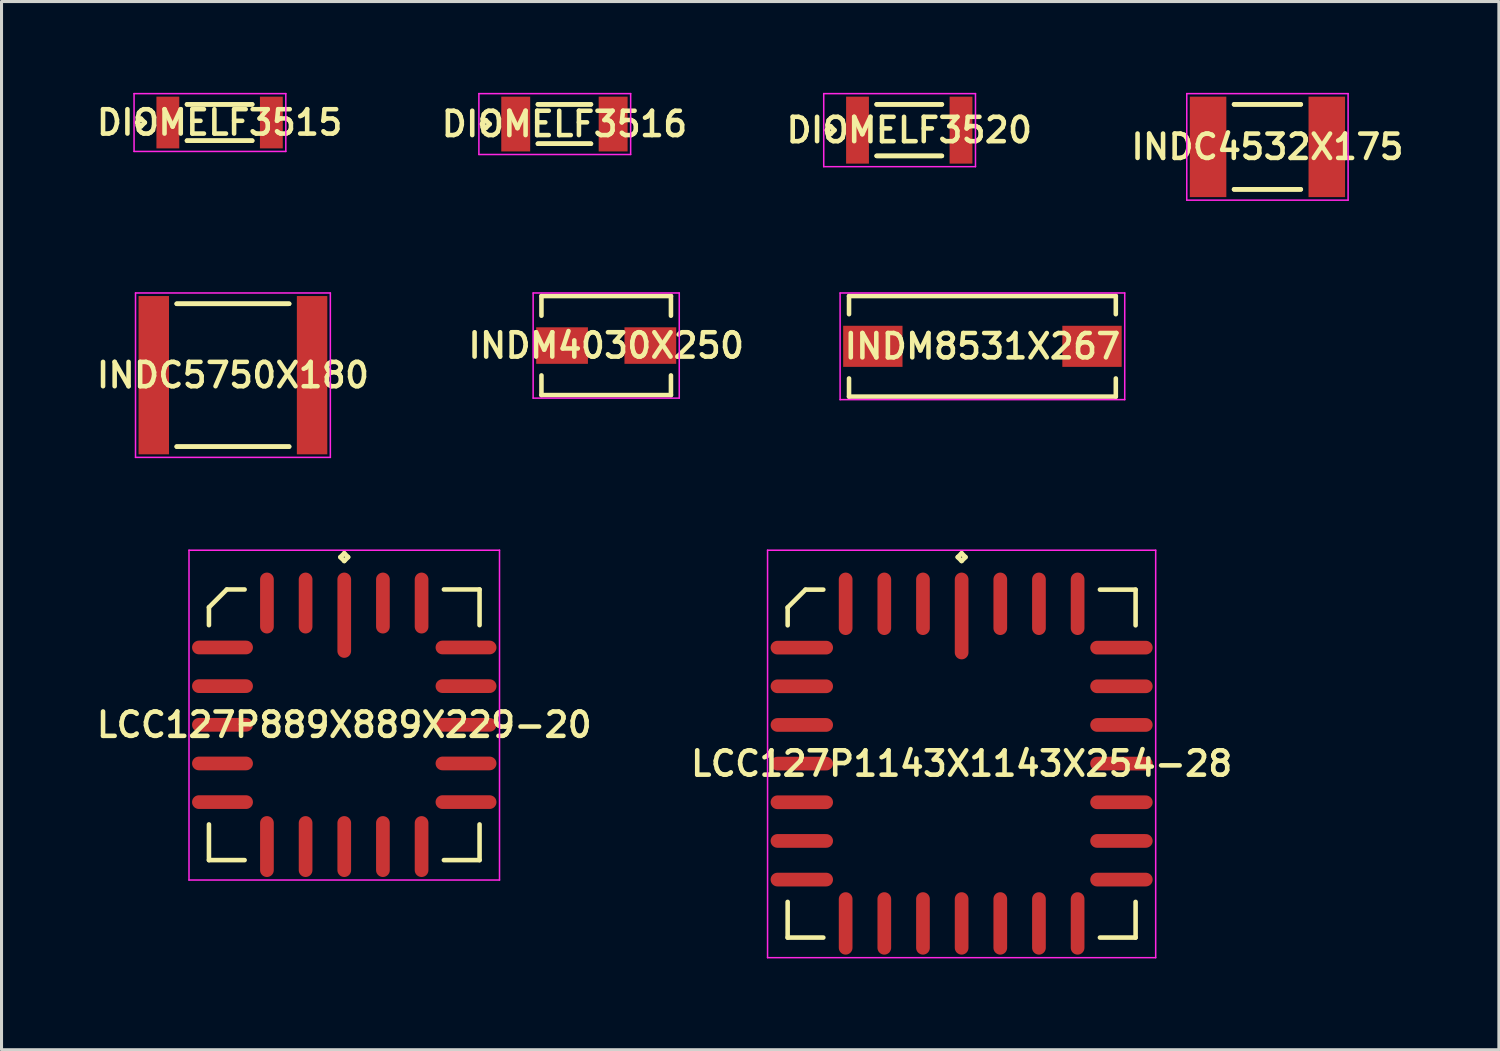
<source format=kicad_pcb>
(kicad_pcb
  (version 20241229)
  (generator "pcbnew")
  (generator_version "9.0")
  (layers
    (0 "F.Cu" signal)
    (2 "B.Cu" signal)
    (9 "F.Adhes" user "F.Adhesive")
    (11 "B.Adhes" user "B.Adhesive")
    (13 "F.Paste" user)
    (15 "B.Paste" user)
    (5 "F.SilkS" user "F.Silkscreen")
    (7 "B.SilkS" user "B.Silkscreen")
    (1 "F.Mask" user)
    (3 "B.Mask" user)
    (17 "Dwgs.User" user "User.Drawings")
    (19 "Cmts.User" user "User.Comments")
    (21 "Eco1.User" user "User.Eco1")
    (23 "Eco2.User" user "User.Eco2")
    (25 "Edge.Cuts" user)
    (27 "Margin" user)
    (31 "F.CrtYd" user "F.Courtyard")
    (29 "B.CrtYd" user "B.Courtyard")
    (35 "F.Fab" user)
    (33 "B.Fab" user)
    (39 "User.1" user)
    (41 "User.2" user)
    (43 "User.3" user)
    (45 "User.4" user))
  (footprint "INDC4532X175"
    (layer "F.Cu")
    (at 38.586 1.775)
    (property "Reference" "INDC4532X175" (at 0 0 0) (layer "F.SilkS") (effects (font (size 0.8 0.8) (thickness 0.15))))
    (attr smd)
    (fp_line (start -1.096 -1.396) (end 1.096 -1.396) (stroke (width 0.15) (type solid)) (layer "F.SilkS"))
    (fp_line (start -1.096 1.396) (end 1.096 1.396) (stroke (width 0.15) (type solid)) (layer "F.SilkS"))
    (fp_line (start 1.096 -1.396) (end -1.096 -1.396) (stroke (width 0.15) (type solid)) (layer "F.SilkS"))
    (fp_line (start 1.096 1.396) (end -1.096 1.396) (stroke (width 0.15) (type solid)) (layer "F.SilkS"))
    (fp_line (start -2.65 -1.75) (end 2.65 -1.75) (stroke (width 0.05) (type solid)) (layer "F.CrtYd"))
    (fp_line (start -2.65 1.75) (end -2.65 -1.75) (stroke (width 0.05) (type solid)) (layer "F.CrtYd"))
    (fp_line (start 2.65 -1.75) (end 2.65 1.75) (stroke (width 0.05) (type solid)) (layer "F.CrtYd"))
    (fp_line (start 2.65 1.75) (end -2.65 1.75) (stroke (width 0.05) (type solid)) (layer "F.CrtYd"))
    (pad "1" smd rect (at -1.95 0) (size 1.2 3.3) (layers "F.Cu" "F.Mask" "F.Paste"))
    (pad "2" smd rect (at 1.95 0) (size 1.2 3.3) (layers "F.Cu" "F.Mask" "F.Paste")))
  (footprint "LCC127P1143X1143X254-28"
    (layer "F.Cu")
    (at 28.54 22.035)
    (property "Reference" "LCC127P1143X1143X254-28" (at 0 0 0) (layer "F.SilkS") (effects (font (size 0.8 0.8) (thickness 0.15))))
    (attr smd)
    (fp_line (start -5.715 -5.129) (end -5.129 -5.715) (stroke (width 0.15) (type solid)) (layer "F.SilkS"))
    (fp_line (start -5.715 -4.543) (end -5.715 -5.129) (stroke (width 0.15) (type solid)) (layer "F.SilkS"))
    (fp_line (start -5.715 4.543) (end -5.715 5.715) (stroke (width 0.15) (type solid)) (layer "F.SilkS"))
    (fp_line (start -5.715 5.715) (end -4.543 5.715) (stroke (width 0.15) (type solid)) (layer "F.SilkS"))
    (fp_line (start -5.129 -5.715) (end -4.543 -5.715) (stroke (width 0.15) (type solid)) (layer "F.SilkS"))
    (fp_line (start -0.127 -6.783) (end 0 -6.91) (stroke (width 0.15) (type solid)) (layer "F.SilkS"))
    (fp_line (start 0 -6.91) (end 0.127 -6.783) (stroke (width 0.15) (type solid)) (layer "F.SilkS"))
    (fp_line (start 0 -6.656) (end -0.127 -6.783) (stroke (width 0.15) (type solid)) (layer "F.SilkS"))
    (fp_line (start 0.127 -6.783) (end 0 -6.656) (stroke (width 0.15) (type solid)) (layer "F.SilkS"))
    (fp_line (start 5.715 -5.715) (end 4.543 -5.715) (stroke (width 0.15) (type solid)) (layer "F.SilkS"))
    (fp_line (start 5.715 -4.543) (end 5.715 -5.715) (stroke (width 0.15) (type solid)) (layer "F.SilkS"))
    (fp_line (start 5.715 4.543) (end 5.715 5.715) (stroke (width 0.15) (type solid)) (layer "F.SilkS"))
    (fp_line (start 5.715 5.715) (end 4.543 5.715) (stroke (width 0.15) (type solid)) (layer "F.SilkS"))
    (fp_line (start -6.375 -7.01) (end 6.375 -7.01) (stroke (width 0.05) (type solid)) (layer "F.CrtYd"))
    (fp_line (start -6.375 6.375) (end -6.375 -7.01) (stroke (width 0.05) (type solid)) (layer "F.CrtYd"))
    (fp_line (start 6.375 -7.01) (end 6.375 6.375) (stroke (width 0.05) (type solid)) (layer "F.CrtYd"))
    (fp_line (start 6.375 6.375) (end -6.375 6.375) (stroke (width 0.05) (type solid)) (layer "F.CrtYd"))
    (pad "1" smd oval (at 0 -4.85) (size 0.45 2.85) (layers "F.Cu" "F.Mask" "F.Paste"))
    (pad "2" smd oval (at -1.27 -5.25) (size 0.45 2.05) (layers "F.Cu" "F.Mask" "F.Paste"))
    (pad "3" smd oval (at -2.54 -5.25) (size 0.45 2.05) (layers "F.Cu" "F.Mask" "F.Paste"))
    (pad "4" smd oval (at -3.81 -5.25) (size 0.45 2.05) (layers "F.Cu" "F.Mask" "F.Paste"))
    (pad "5" smd oval (at -5.25 -3.81) (size 2.05 0.45) (layers "F.Cu" "F.Mask" "F.Paste"))
    (pad "6" smd oval (at -5.25 -2.54) (size 2.05 0.45) (layers "F.Cu" "F.Mask" "F.Paste"))
    (pad "7" smd oval (at -5.25 -1.27) (size 2.05 0.45) (layers "F.Cu" "F.Mask" "F.Paste"))
    (pad "8" smd oval (at -5.25 0) (size 2.05 0.45) (layers "F.Cu" "F.Mask" "F.Paste"))
    (pad "9" smd oval (at -5.25 1.27) (size 2.05 0.45) (layers "F.Cu" "F.Mask" "F.Paste"))
    (pad "10" smd oval (at -5.25 2.54) (size 2.05 0.45) (layers "F.Cu" "F.Mask" "F.Paste"))
    (pad "11" smd oval (at -5.25 3.81) (size 2.05 0.45) (layers "F.Cu" "F.Mask" "F.Paste"))
    (pad "12" smd oval (at -3.81 5.25) (size 0.45 2.05) (layers "F.Cu" "F.Mask" "F.Paste"))
    (pad "13" smd oval (at -2.54 5.25) (size 0.45 2.05) (layers "F.Cu" "F.Mask" "F.Paste"))
    (pad "14" smd oval (at -1.27 5.25) (size 0.45 2.05) (layers "F.Cu" "F.Mask" "F.Paste"))
    (pad "15" smd oval (at 0 5.25) (size 0.45 2.05) (layers "F.Cu" "F.Mask" "F.Paste"))
    (pad "16" smd oval (at 1.27 5.25) (size 0.45 2.05) (layers "F.Cu" "F.Mask" "F.Paste"))
    (pad "17" smd oval (at 2.54 5.25) (size 0.45 2.05) (layers "F.Cu" "F.Mask" "F.Paste"))
    (pad "18" smd oval (at 3.81 5.25) (size 0.45 2.05) (layers "F.Cu" "F.Mask" "F.Paste"))
    (pad "19" smd oval (at 5.25 3.81) (size 2.05 0.45) (layers "F.Cu" "F.Mask" "F.Paste"))
    (pad "20" smd oval (at 5.25 2.54) (size 2.05 0.45) (layers "F.Cu" "F.Mask" "F.Paste"))
    (pad "21" smd oval (at 5.25 1.27) (size 2.05 0.45) (layers "F.Cu" "F.Mask" "F.Paste"))
    (pad "22" smd oval (at 5.25 0) (size 2.05 0.45) (layers "F.Cu" "F.Mask" "F.Paste"))
    (pad "23" smd oval (at 5.25 -1.27) (size 2.05 0.45) (layers "F.Cu" "F.Mask" "F.Paste"))
    (pad "24" smd oval (at 5.25 -2.54) (size 2.05 0.45) (layers "F.Cu" "F.Mask" "F.Paste"))
    (pad "25" smd oval (at 5.25 -3.81) (size 2.05 0.45) (layers "F.Cu" "F.Mask" "F.Paste"))
    (pad "26" smd oval (at 3.81 -5.25) (size 0.45 2.05) (layers "F.Cu" "F.Mask" "F.Paste"))
    (pad "27" smd oval (at 2.54 -5.25) (size 0.45 2.05) (layers "F.Cu" "F.Mask" "F.Paste"))
    (pad "28" smd oval (at 1.27 -5.25) (size 0.45 2.05) (layers "F.Cu" "F.Mask" "F.Paste")))
  (footprint "INDM4030X250"
    (layer "F.Cu")
    (at 16.864 8.302)
    (property "Reference" "INDM4030X250" (at 0 0 0) (layer "F.SilkS") (effects (font (size 0.8 0.8) (thickness 0.15))))
    (attr smd)
    (fp_line (start -2.127 -1.627) (end 2.127 -1.627) (stroke (width 0.15) (type solid)) (layer "F.SilkS"))
    (fp_line (start -2.127 -0.981) (end -2.127 -1.627) (stroke (width 0.15) (type solid)) (layer "F.SilkS"))
    (fp_line (start -2.127 0.981) (end -2.127 1.627) (stroke (width 0.15) (type solid)) (layer "F.SilkS"))
    (fp_line (start -2.127 1.627) (end 2.127 1.627) (stroke (width 0.15) (type solid)) (layer "F.SilkS"))
    (fp_line (start 2.127 -1.627) (end 2.127 -0.981) (stroke (width 0.15) (type solid)) (layer "F.SilkS"))
    (fp_line (start 2.127 1.627) (end 2.127 0.981) (stroke (width 0.15) (type solid)) (layer "F.SilkS"))
    (fp_line (start -2.4 -1.727) (end 2.4 -1.727) (stroke (width 0.05) (type solid)) (layer "F.CrtYd"))
    (fp_line (start -2.4 1.727) (end -2.4 -1.727) (stroke (width 0.05) (type solid)) (layer "F.CrtYd"))
    (fp_line (start 2.4 -1.727) (end 2.4 1.727) (stroke (width 0.05) (type solid)) (layer "F.CrtYd"))
    (fp_line (start 2.4 1.727) (end -2.4 1.727) (stroke (width 0.05) (type solid)) (layer "F.CrtYd"))
    (pad "1" smd rect (at -1.45 0) (size 1.7 1.2) (layers "F.Cu" "F.Mask" "F.Paste"))
    (pad "2" smd rect (at 1.45 0) (size 1.7 1.2) (layers "F.Cu" "F.Mask" "F.Paste")))
  (footprint "DIOMELF3520"
    (layer "F.Cu")
    (at 26.82 1.225)
    (property "Reference" "DIOMELF3520" (at 0 0 0) (layer "F.SilkS") (effects (font (size 0.8 0.8) (thickness 0.15))))
    (attr smd)
    (fp_line (start -2.71 0) (end -2.583 -0.127) (stroke (width 0.15) (type solid)) (layer "F.SilkS"))
    (fp_line (start -2.583 -0.127) (end -2.456 0) (stroke (width 0.15) (type solid)) (layer "F.SilkS"))
    (fp_line (start -2.583 0.127) (end -2.71 0) (stroke (width 0.15) (type solid)) (layer "F.SilkS"))
    (fp_line (start -2.456 0) (end -2.583 0.127) (stroke (width 0.15) (type solid)) (layer "F.SilkS"))
    (fp_line (start -1.071 -0.846) (end 1.071 -0.846) (stroke (width 0.15) (type solid)) (layer "F.SilkS"))
    (fp_line (start -1.071 0.846) (end 1.071 0.846) (stroke (width 0.15) (type solid)) (layer "F.SilkS"))
    (fp_line (start 1.071 -0.846) (end -1.071 -0.846) (stroke (width 0.15) (type solid)) (layer "F.SilkS"))
    (fp_line (start 1.071 0.846) (end -1.071 0.846) (stroke (width 0.15) (type solid)) (layer "F.SilkS"))
    (fp_line (start -2.81 -1.2) (end 2.175 -1.2) (stroke (width 0.05) (type solid)) (layer "F.CrtYd"))
    (fp_line (start -2.81 1.2) (end -2.81 -1.2) (stroke (width 0.05) (type solid)) (layer "F.CrtYd"))
    (fp_line (start 2.175 -1.2) (end 2.175 1.2) (stroke (width 0.05) (type solid)) (layer "F.CrtYd"))
    (fp_line (start 2.175 1.2) (end -2.81 1.2) (stroke (width 0.05) (type solid)) (layer "F.CrtYd"))
    (pad "1" smd rect (at -1.7 0) (size 0.75 2.2) (layers "F.Cu" "F.Mask" "F.Paste"))
    (pad "2" smd rect (at 1.7 0) (size 0.75 2.2) (layers "F.Cu" "F.Mask" "F.Paste")))
  (footprint "DIOMELF3516"
    (layer "F.Cu")
    (at 15.492 1.025)
    (property "Reference" "DIOMELF3516" (at 0 0 0) (layer "F.SilkS") (effects (font (size 0.8 0.8) (thickness 0.15))))
    (attr smd)
    (fp_line (start -2.71 0) (end -2.583 -0.127) (stroke (width 0.15) (type solid)) (layer "F.SilkS"))
    (fp_line (start -2.583 -0.127) (end -2.456 0) (stroke (width 0.15) (type solid)) (layer "F.SilkS"))
    (fp_line (start -2.583 0.127) (end -2.71 0) (stroke (width 0.15) (type solid)) (layer "F.SilkS"))
    (fp_line (start -2.456 0) (end -2.583 0.127) (stroke (width 0.15) (type solid)) (layer "F.SilkS"))
    (fp_line (start -0.871 -0.646) (end 0.871 -0.646) (stroke (width 0.15) (type solid)) (layer "F.SilkS"))
    (fp_line (start -0.871 0.646) (end 0.871 0.646) (stroke (width 0.15) (type solid)) (layer "F.SilkS"))
    (fp_line (start 0.871 -0.646) (end -0.871 -0.646) (stroke (width 0.15) (type solid)) (layer "F.SilkS"))
    (fp_line (start 0.871 0.646) (end -0.871 0.646) (stroke (width 0.15) (type solid)) (layer "F.SilkS"))
    (fp_line (start -2.81 -1) (end 2.175 -1) (stroke (width 0.05) (type solid)) (layer "F.CrtYd"))
    (fp_line (start -2.81 1) (end -2.81 -1) (stroke (width 0.05) (type solid)) (layer "F.CrtYd"))
    (fp_line (start 2.175 -1) (end 2.175 1) (stroke (width 0.05) (type solid)) (layer "F.CrtYd"))
    (fp_line (start 2.175 1) (end -2.81 1) (stroke (width 0.05) (type solid)) (layer "F.CrtYd"))
    (pad "1" smd rect (at -1.6 0) (size 0.95 1.8) (layers "F.Cu" "F.Mask" "F.Paste"))
    (pad "2" smd rect (at 1.6 0) (size 0.95 1.8) (layers "F.Cu" "F.Mask" "F.Paste")))
  (footprint "DIOMELF3515"
    (layer "F.Cu")
    (at 4.164 0.975)
    (property "Reference" "DIOMELF3515" (at 0 0 0) (layer "F.SilkS") (effects (font (size 0.8 0.8) (thickness 0.15))))
    (attr smd)
    (fp_line (start -2.71 0) (end -2.583 -0.127) (stroke (width 0.15) (type solid)) (layer "F.SilkS"))
    (fp_line (start -2.583 -0.127) (end -2.456 0) (stroke (width 0.15) (type solid)) (layer "F.SilkS"))
    (fp_line (start -2.583 0.127) (end -2.71 0) (stroke (width 0.15) (type solid)) (layer "F.SilkS"))
    (fp_line (start -2.456 0) (end -2.583 0.127) (stroke (width 0.15) (type solid)) (layer "F.SilkS"))
    (fp_line (start -1.071 -0.596) (end 1.071 -0.596) (stroke (width 0.15) (type solid)) (layer "F.SilkS"))
    (fp_line (start -1.071 0.596) (end 1.071 0.596) (stroke (width 0.15) (type solid)) (layer "F.SilkS"))
    (fp_line (start 1.071 -0.596) (end -1.071 -0.596) (stroke (width 0.15) (type solid)) (layer "F.SilkS"))
    (fp_line (start 1.071 0.596) (end -1.071 0.596) (stroke (width 0.15) (type solid)) (layer "F.SilkS"))
    (fp_line (start -2.81 -0.95) (end 2.175 -0.95) (stroke (width 0.05) (type solid)) (layer "F.CrtYd"))
    (fp_line (start -2.81 0.95) (end -2.81 -0.95) (stroke (width 0.05) (type solid)) (layer "F.CrtYd"))
    (fp_line (start 2.175 -0.95) (end 2.175 0.95) (stroke (width 0.05) (type solid)) (layer "F.CrtYd"))
    (fp_line (start 2.175 0.95) (end -2.81 0.95) (stroke (width 0.05) (type solid)) (layer "F.CrtYd"))
    (pad "1" smd rect (at -1.7 0) (size 0.75 1.7) (layers "F.Cu" "F.Mask" "F.Paste"))
    (pad "2" smd rect (at 1.7 0) (size 0.75 1.7) (layers "F.Cu" "F.Mask" "F.Paste")))
  (footprint "INDM8531X267"
    (layer "F.Cu")
    (at 29.223 8.327)
    (property "Reference" "INDM8531X267" (at 0 0 0) (layer "F.SilkS") (effects (font (size 0.8 0.8) (thickness 0.15))))
    (attr smd)
    (fp_line (start -4.382 -1.652) (end 4.382 -1.652) (stroke (width 0.15) (type solid)) (layer "F.SilkS"))
    (fp_line (start -4.382 -1.056) (end -4.382 -1.652) (stroke (width 0.15) (type solid)) (layer "F.SilkS"))
    (fp_line (start -4.382 1.056) (end -4.382 1.652) (stroke (width 0.15) (type solid)) (layer "F.SilkS"))
    (fp_line (start -4.382 1.652) (end 4.382 1.652) (stroke (width 0.15) (type solid)) (layer "F.SilkS"))
    (fp_line (start 4.382 -1.652) (end 4.382 -1.056) (stroke (width 0.15) (type solid)) (layer "F.SilkS"))
    (fp_line (start 4.382 1.652) (end 4.382 1.056) (stroke (width 0.15) (type solid)) (layer "F.SilkS"))
    (fp_line (start -4.675 -1.752) (end 4.675 -1.752) (stroke (width 0.05) (type solid)) (layer "F.CrtYd"))
    (fp_line (start -4.675 1.752) (end -4.675 -1.752) (stroke (width 0.05) (type solid)) (layer "F.CrtYd"))
    (fp_line (start 4.675 -1.752) (end 4.675 1.752) (stroke (width 0.05) (type solid)) (layer "F.CrtYd"))
    (fp_line (start 4.675 1.752) (end -4.675 1.752) (stroke (width 0.05) (type solid)) (layer "F.CrtYd"))
    (pad "1" smd rect (at -3.6 0) (size 1.95 1.35) (layers "F.Cu" "F.Mask" "F.Paste"))
    (pad "2" smd rect (at 3.6 0) (size 1.95 1.35) (layers "F.Cu" "F.Mask" "F.Paste")))
  (footprint "LCC127P889X889X229-20"
    (layer "F.Cu")
    (at 8.259 20.76)
    (property "Reference" "LCC127P889X889X229-20" (at 0 0 0) (layer "F.SilkS") (effects (font (size 0.8 0.8) (thickness 0.15))))
    (attr smd)
    (fp_line (start -4.445 -3.859) (end -3.859 -4.445) (stroke (width 0.15) (type solid)) (layer "F.SilkS"))
    (fp_line (start -4.445 -3.273) (end -4.445 -3.859) (stroke (width 0.15) (type solid)) (layer "F.SilkS"))
    (fp_line (start -4.445 3.273) (end -4.445 4.445) (stroke (width 0.15) (type solid)) (layer "F.SilkS"))
    (fp_line (start -4.445 4.445) (end -3.273 4.445) (stroke (width 0.15) (type solid)) (layer "F.SilkS"))
    (fp_line (start -3.859 -4.445) (end -3.273 -4.445) (stroke (width 0.15) (type solid)) (layer "F.SilkS"))
    (fp_line (start -0.127 -5.508) (end 0 -5.635) (stroke (width 0.15) (type solid)) (layer "F.SilkS"))
    (fp_line (start 0 -5.635) (end 0.127 -5.508) (stroke (width 0.15) (type solid)) (layer "F.SilkS"))
    (fp_line (start 0 -5.381) (end -0.127 -5.508) (stroke (width 0.15) (type solid)) (layer "F.SilkS"))
    (fp_line (start 0.127 -5.508) (end 0 -5.381) (stroke (width 0.15) (type solid)) (layer "F.SilkS"))
    (fp_line (start 4.445 -4.445) (end 3.273 -4.445) (stroke (width 0.15) (type solid)) (layer "F.SilkS"))
    (fp_line (start 4.445 -3.273) (end 4.445 -4.445) (stroke (width 0.15) (type solid)) (layer "F.SilkS"))
    (fp_line (start 4.445 3.273) (end 4.445 4.445) (stroke (width 0.15) (type solid)) (layer "F.SilkS"))
    (fp_line (start 4.445 4.445) (end 3.273 4.445) (stroke (width 0.15) (type solid)) (layer "F.SilkS"))
    (fp_line (start -5.1 -5.735) (end 5.1 -5.735) (stroke (width 0.05) (type solid)) (layer "F.CrtYd"))
    (fp_line (start -5.1 5.1) (end -5.1 -5.735) (stroke (width 0.05) (type solid)) (layer "F.CrtYd"))
    (fp_line (start 5.1 -5.735) (end 5.1 5.1) (stroke (width 0.05) (type solid)) (layer "F.CrtYd"))
    (fp_line (start 5.1 5.1) (end -5.1 5.1) (stroke (width 0.05) (type solid)) (layer "F.CrtYd"))
    (pad "1" smd oval (at 0 -3.6) (size 0.45 2.8) (layers "F.Cu" "F.Mask" "F.Paste"))
    (pad "2" smd oval (at -1.27 -4) (size 0.45 2) (layers "F.Cu" "F.Mask" "F.Paste"))
    (pad "3" smd oval (at -2.54 -4) (size 0.45 2) (layers "F.Cu" "F.Mask" "F.Paste"))
    (pad "4" smd oval (at -4 -2.54) (size 2 0.45) (layers "F.Cu" "F.Mask" "F.Paste"))
    (pad "5" smd oval (at -4 -1.27) (size 2 0.45) (layers "F.Cu" "F.Mask" "F.Paste"))
    (pad "6" smd oval (at -4 0) (size 2 0.45) (layers "F.Cu" "F.Mask" "F.Paste"))
    (pad "7" smd oval (at -4 1.27) (size 2 0.45) (layers "F.Cu" "F.Mask" "F.Paste"))
    (pad "8" smd oval (at -4 2.54) (size 2 0.45) (layers "F.Cu" "F.Mask" "F.Paste"))
    (pad "9" smd oval (at -2.54 4) (size 0.45 2) (layers "F.Cu" "F.Mask" "F.Paste"))
    (pad "10" smd oval (at -1.27 4) (size 0.45 2) (layers "F.Cu" "F.Mask" "F.Paste"))
    (pad "11" smd oval (at 0 4) (size 0.45 2) (layers "F.Cu" "F.Mask" "F.Paste"))
    (pad "12" smd oval (at 1.27 4) (size 0.45 2) (layers "F.Cu" "F.Mask" "F.Paste"))
    (pad "13" smd oval (at 2.54 4) (size 0.45 2) (layers "F.Cu" "F.Mask" "F.Paste"))
    (pad "14" smd oval (at 4 2.54) (size 2 0.45) (layers "F.Cu" "F.Mask" "F.Paste"))
    (pad "15" smd oval (at 4 1.27) (size 2 0.45) (layers "F.Cu" "F.Mask" "F.Paste"))
    (pad "16" smd oval (at 4 0) (size 2 0.45) (layers "F.Cu" "F.Mask" "F.Paste"))
    (pad "17" smd oval (at 4 -1.27) (size 2 0.45) (layers "F.Cu" "F.Mask" "F.Paste"))
    (pad "18" smd oval (at 4 -2.54) (size 2 0.45) (layers "F.Cu" "F.Mask" "F.Paste"))
    (pad "19" smd oval (at 2.54 -4) (size 0.45 2) (layers "F.Cu" "F.Mask" "F.Paste"))
    (pad "20" smd oval (at 1.27 -4) (size 0.45 2) (layers "F.Cu" "F.Mask" "F.Paste")))
  (footprint "INDC5750X180"
    (layer "F.Cu")
    (at 4.602 9.275)
    (property "Reference" "INDC5750X180" (at 0 0 0) (layer "F.SilkS") (effects (font (size 0.8 0.8) (thickness 0.15))))
    (attr smd)
    (fp_line (start -1.846 -2.346) (end 1.846 -2.346) (stroke (width 0.15) (type solid)) (layer "F.SilkS"))
    (fp_line (start -1.846 2.346) (end 1.846 2.346) (stroke (width 0.15) (type solid)) (layer "F.SilkS"))
    (fp_line (start 1.846 -2.346) (end -1.846 -2.346) (stroke (width 0.15) (type solid)) (layer "F.SilkS"))
    (fp_line (start 1.846 2.346) (end -1.846 2.346) (stroke (width 0.15) (type solid)) (layer "F.SilkS"))
    (fp_line (start -3.2 -2.7) (end 3.2 -2.7) (stroke (width 0.05) (type solid)) (layer "F.CrtYd"))
    (fp_line (start -3.2 2.7) (end -3.2 -2.7) (stroke (width 0.05) (type solid)) (layer "F.CrtYd"))
    (fp_line (start 3.2 -2.7) (end 3.2 2.7) (stroke (width 0.05) (type solid)) (layer "F.CrtYd"))
    (fp_line (start 3.2 2.7) (end -3.2 2.7) (stroke (width 0.05) (type solid)) (layer "F.CrtYd"))
    (pad "1" smd rect (at -2.6 0) (size 1 5.2) (layers "F.Cu" "F.Mask" "F.Paste"))
    (pad "2" smd rect (at 2.6 0) (size 1 5.2) (layers "F.Cu" "F.Mask" "F.Paste")))
  (gr_rect
    (start -3 -3)
    (end 46.189 31.435)
    (stroke (width 0.1) (type default))
    (fill no)
    (layer "Edge.Cuts")))
</source>
